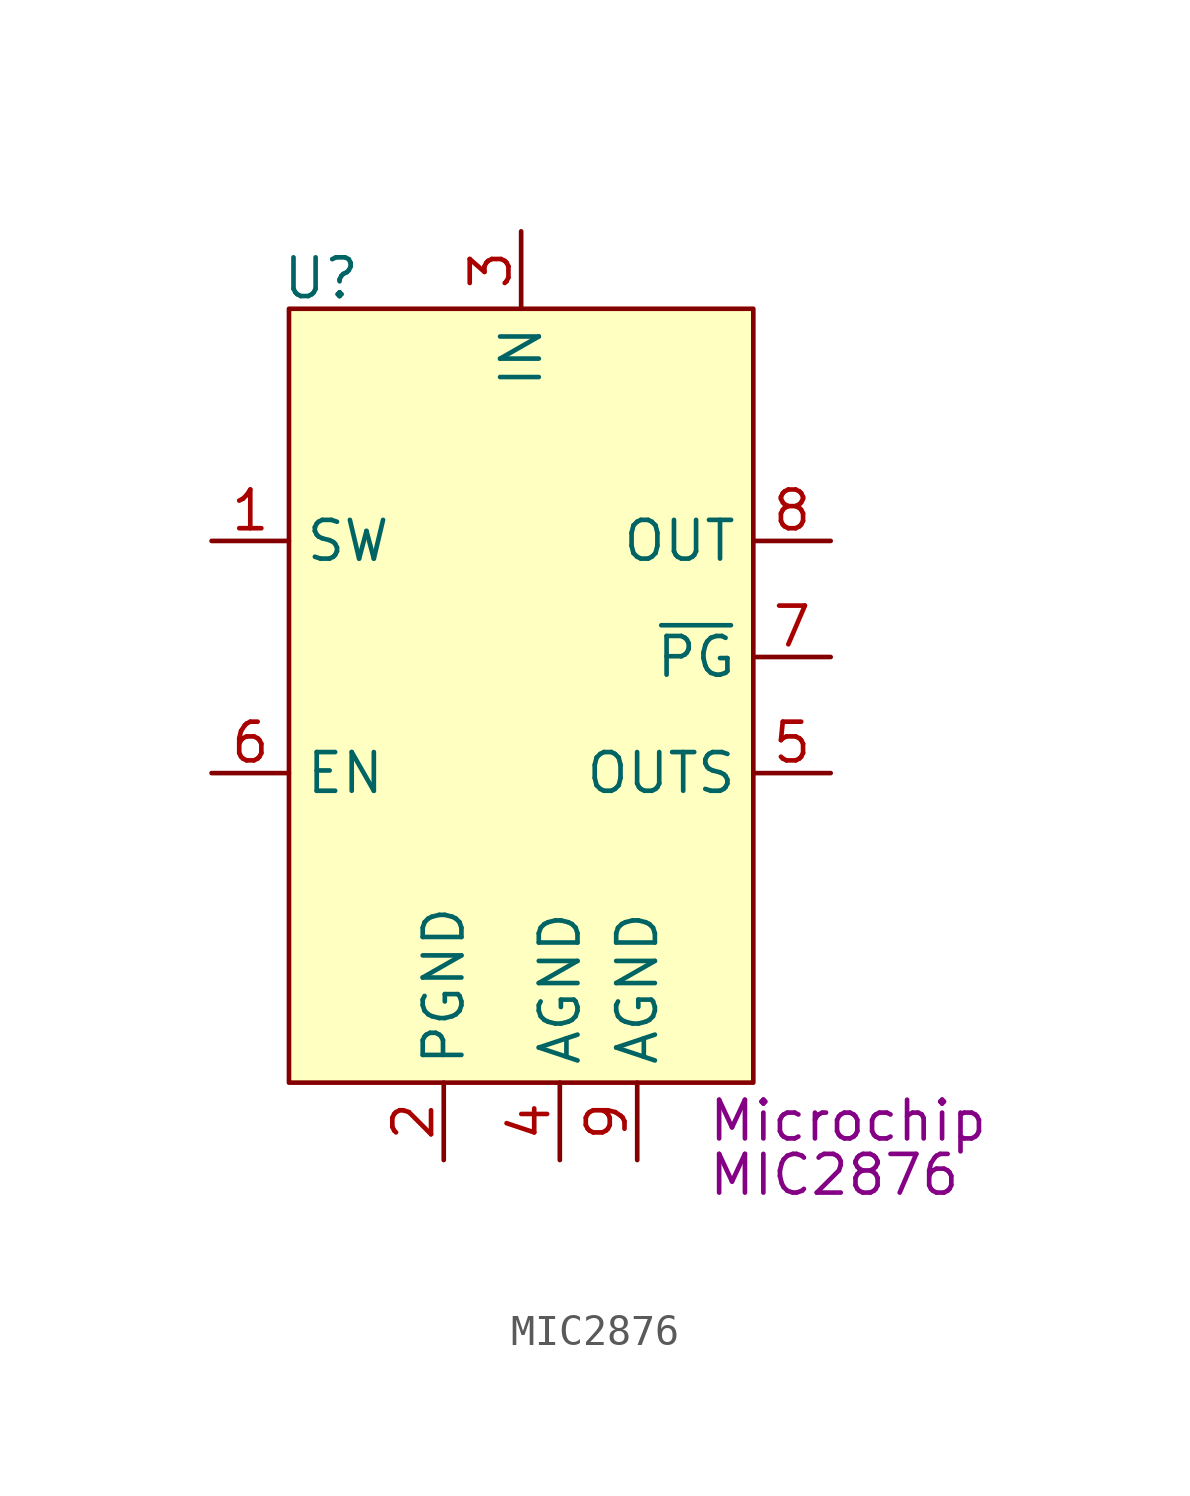
<source format=kicad_sym>
(kicad_symbol_lib
  (version 20231120)
  (generator "kicad_symbol_editor")
  (generator_version "8.0")
  (symbol "MIC2876"
    (property "Reference" "U"
      (at -7.874 12.954 0)
      (effects (font (size 1.27 1.27)) (justify left bottom)))
    (property "Manufacturer" "Microchip"
      (at 6.096 -13.208 0)
      (effects (font (size 1.27 1.27)) (justify left top)))
    (property "MPN" "MIC2876"
      (at 6.096 -14.986 0)
      (effects (font (size 1.27 1.27)) (justify left top)))
    (symbol "MIC2876_0_0"
      (pin bidirectional line (at -10.16 5.08 0) (length 2.54) (name "SW" (effects (font (size 1.27 1.27)))) (number "1" (effects (font (size 1.27 1.27)))))
      (pin power_in line (at -2.54 -15.24 90) (length 2.54) (name "PGND" (effects (font (size 1.27 1.27)))) (number "2" (effects (font (size 1.27 1.27)))))
      (pin power_in line (at 0 15.24 270) (length 2.54) (name "IN" (effects (font (size 1.27 1.27)))) (number "3" (effects (font (size 1.27 1.27)))))
      (pin power_in line (at 1.27 -15.24 90) (length 2.54) (name "AGND" (effects (font (size 1.27 1.27)))) (number "4" (effects (font (size 1.27 1.27)))))
      (pin input line (at 10.16 -2.54 180) (length 2.54) (name "OUTS" (effects (font (size 1.27 1.27)))) (number "5" (effects (font (size 1.27 1.27)))))
      (pin input line (at -10.16 -2.54 0) (length 2.54) (name "EN" (effects (font (size 1.27 1.27)))) (number "6" (effects (font (size 1.27 1.27)))))
      (pin power_out line (at 10.16 5.08 180) (length 2.54) (name "OUT" (effects (font (size 1.27 1.27)))) (number "8" (effects (font (size 1.27 1.27)))))
      (pin power_in line (at 3.81 -15.24 90) (length 2.54) (name "AGND" (effects (font (size 1.27 1.27)))) (number "9" (effects (font (size 1.27 1.27))))))
    (symbol "MIC2876_1_0"
      (pin output line (at 10.16 1.27 180) (length 2.54) (name "~{PG}" (effects (font (size 1.27 1.27)))) (number "7" (effects (font (size 1.27 1.27))))))
    (symbol "MIC2876_1_1"
      (rectangle (start -7.62 12.7) (end 7.62 -12.7) (stroke (width 0) (type default)) (fill (type background))))))
</source>
